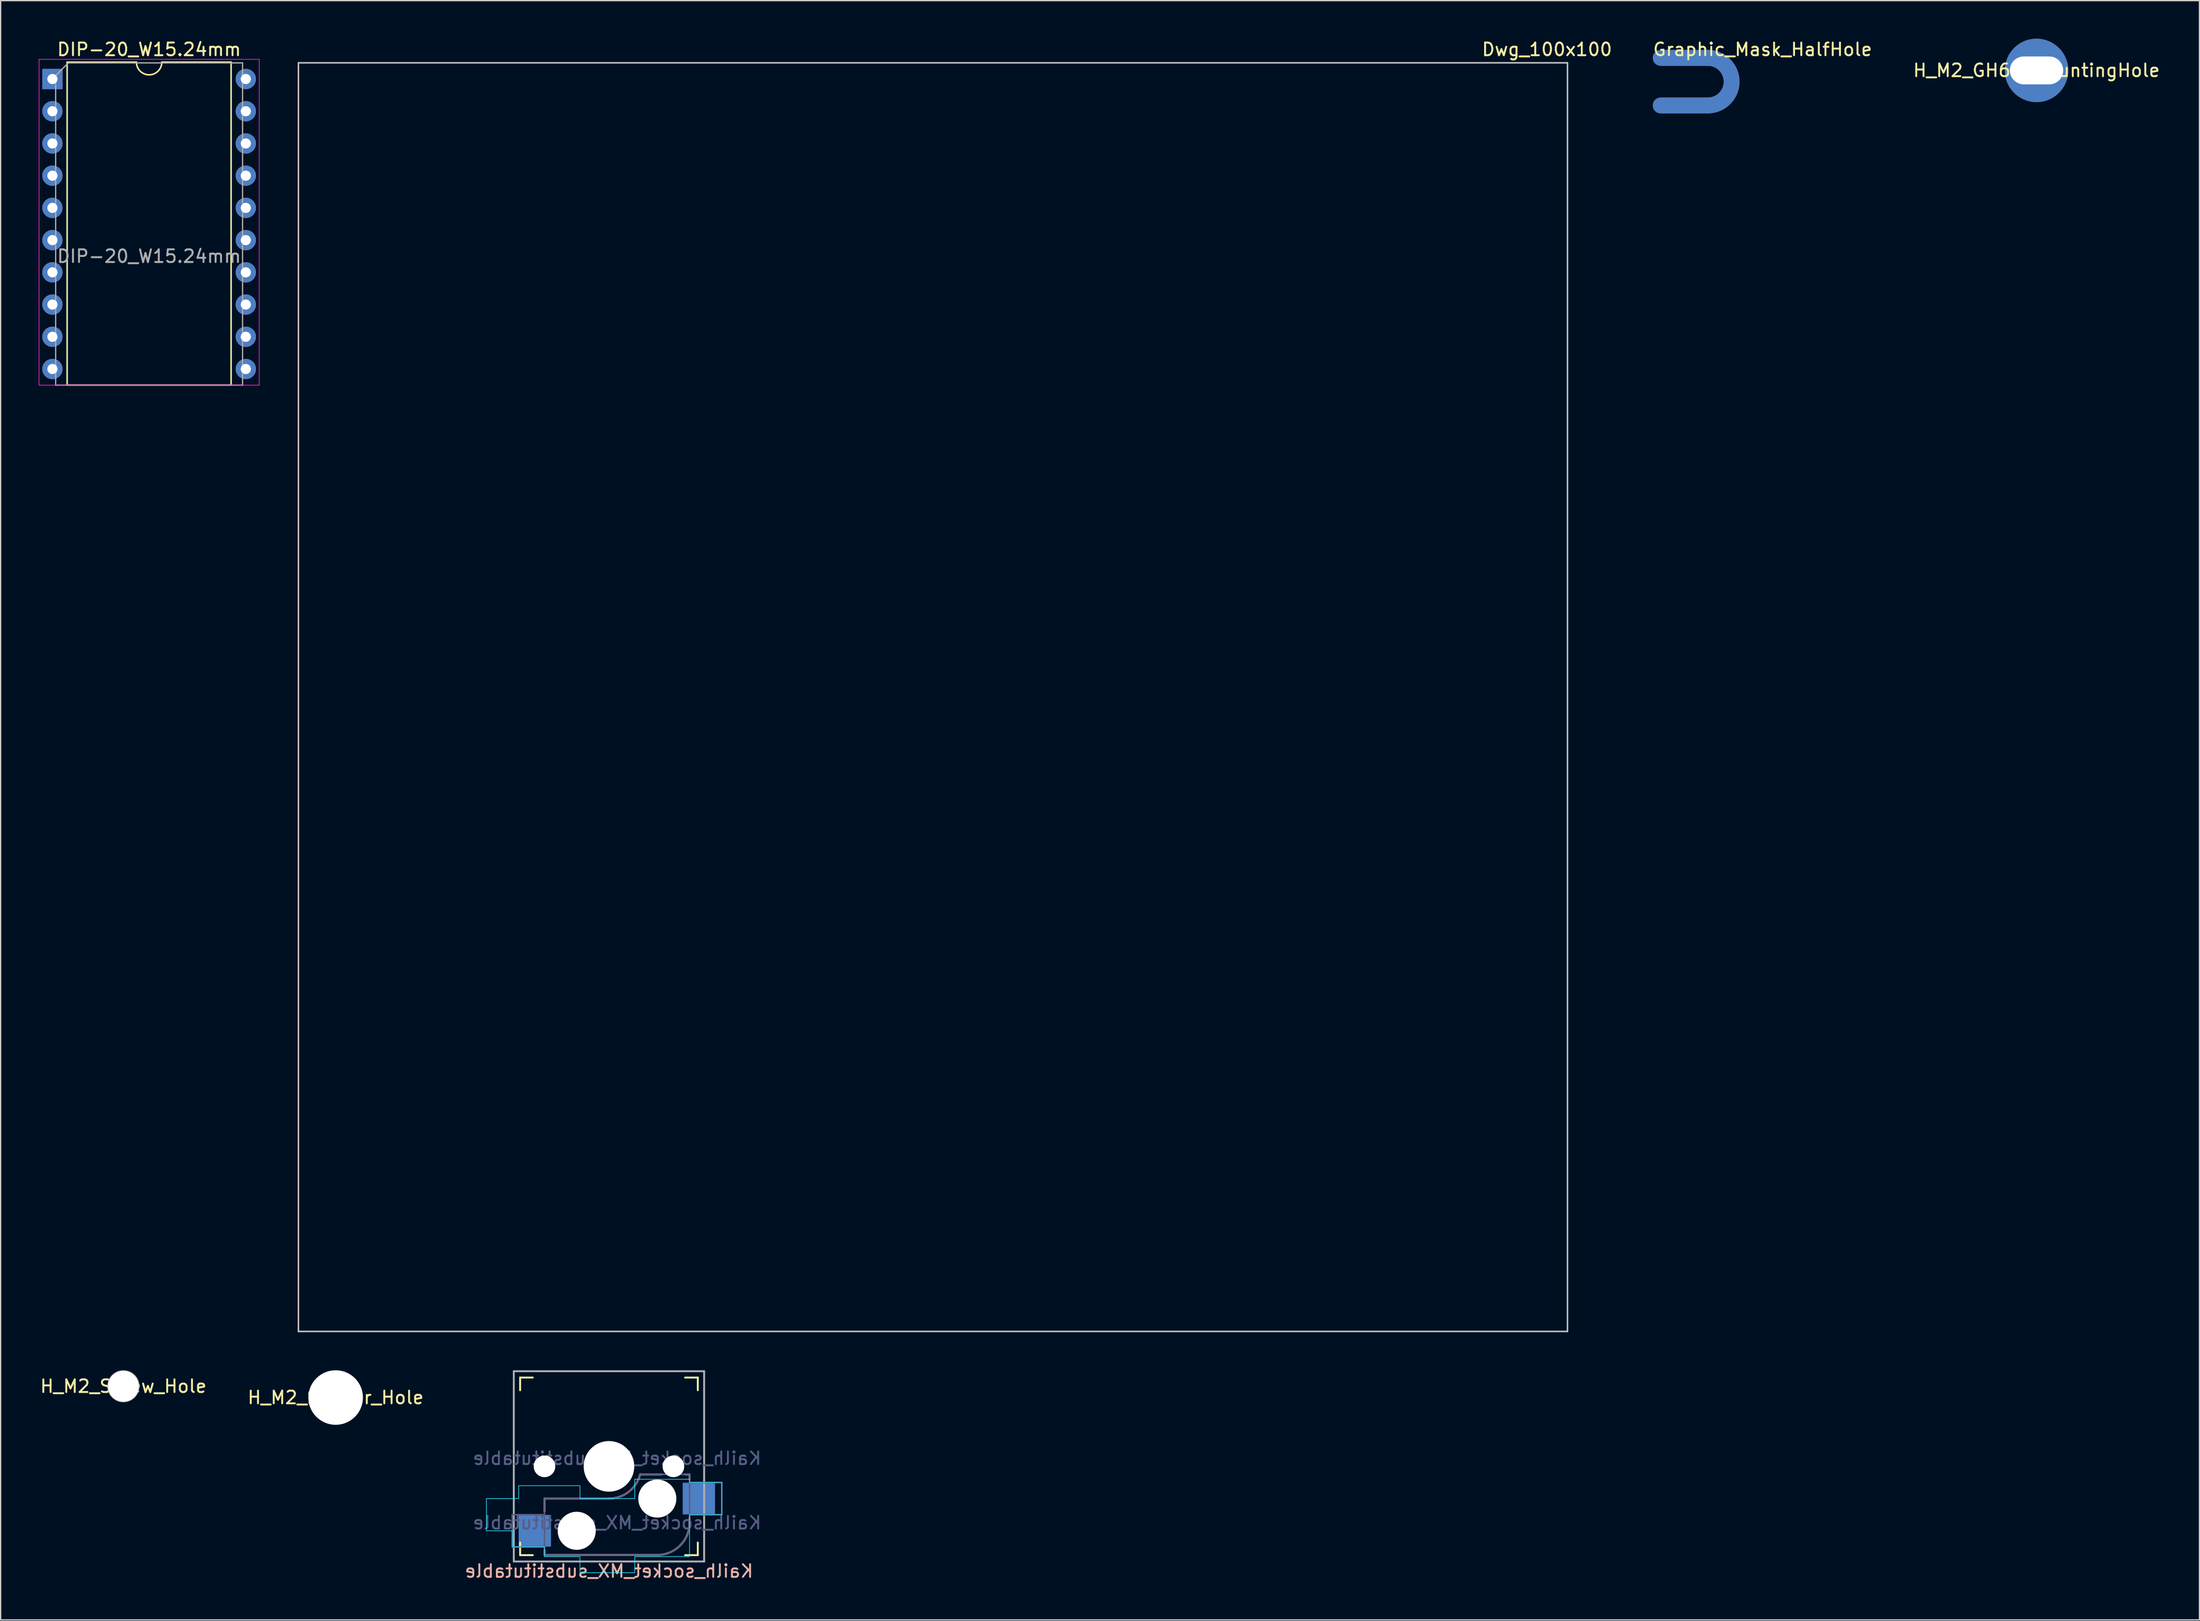
<source format=kicad_pcb>
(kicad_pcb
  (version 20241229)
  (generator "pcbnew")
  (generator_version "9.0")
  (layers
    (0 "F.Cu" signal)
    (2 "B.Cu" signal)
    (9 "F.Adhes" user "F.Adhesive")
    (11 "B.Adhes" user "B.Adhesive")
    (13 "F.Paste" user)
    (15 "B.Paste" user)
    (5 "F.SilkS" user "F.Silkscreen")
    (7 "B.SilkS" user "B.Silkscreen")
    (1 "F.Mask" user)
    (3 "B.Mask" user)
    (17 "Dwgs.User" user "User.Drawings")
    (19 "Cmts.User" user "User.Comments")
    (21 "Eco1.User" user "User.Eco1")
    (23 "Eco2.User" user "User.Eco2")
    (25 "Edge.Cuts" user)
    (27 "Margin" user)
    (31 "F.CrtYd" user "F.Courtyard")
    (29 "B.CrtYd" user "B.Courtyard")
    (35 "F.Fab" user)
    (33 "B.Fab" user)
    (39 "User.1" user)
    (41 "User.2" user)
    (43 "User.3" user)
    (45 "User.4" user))
  (footprint "H_M2_Spacer_Hole"
    (layer "F.Cu")
    (at 23.399 107.112)
    (property "Reference" "H_M2_Spacer_Hole" (at 0 0 0) (layer "F.SilkS") (effects (font (size 1 1) (thickness 0.15))))
    (attr through_hole)
    (pad "" np_thru_hole circle (at 0 0) (size 4.3 4.3) (drill 4.3) (layers "*.Cu" "*.Mask")))
  (footprint "H_M2_Screw_Hole"
    (layer "F.Cu")
    (at 6.673 106.222)
    (property "Reference" "H_M2_Screw_Hole" (at 0 0 0) (layer "F.SilkS") (effects (font (size 1 1) (thickness 0.15))))
    (attr through_hole)
    (fp_circle (center 0 0) (end 1.2 0) (stroke (width 0.12) (type solid)) (fill no) (layer "Dwgs.User"))
    (pad "" np_thru_hole circle (at 0 0) (size 2.4 2.4) (drill 2.4) (layers "*.Cu" "*.Mask")))
  (footprint "Dwg_100x100"
    (layer "F.Cu")
    (at 70.465 51.902)
    (property "Reference" "Dwg_100x100" (at 48.387 -51.054 0) (layer "F.SilkS") (effects (font (size 1 1) (thickness 0.15))))
    (attr through_hole)
    (fp_line (start -50 -50) (end -50 50) (stroke (width 0.12) (type solid)) (layer "Dwgs.User"))
    (fp_line (start -50 -50) (end 50 -50) (stroke (width 0.12) (type solid)) (layer "Dwgs.User"))
    (fp_line (start -50 50) (end 50 50) (stroke (width 0.12) (type solid)) (layer "Dwgs.User"))
    (fp_line (start 50 -50) (end 50 50) (stroke (width 0.12) (type solid)) (layer "Dwgs.User")))
  (footprint "H_M2_GH60_MountingHole"
    (layer "F.Cu")
    (at 157.423 2.5)
    (property "Reference" "H_M2_GH60_MountingHole" (at 0 0 0) (layer "F.SilkS") (effects (font (size 1 1) (thickness 0.15))))
    (attr through_hole)
    (pad "" np_thru_hole circle (at 0 0) (size 5 5) (drill oval 4.2 2.2) (layers "*.Cu" "*.Mask")))
  (footprint "Kailh_socket_MX_substitutable"
    (layer "F.Cu")
    (at 44.935 112.537)
    (property "Reference" "Kailh_socket_MX_substitutable" (at 0 8.255 180) (layer "B.SilkS") (effects (font (size 1 1) (thickness 0.15)) (justify mirror)))
    (property "Value" "Kailh_socket_MX_substitutable" (at 0 -8.255 180) (layer "F.Fab") (hide yes) (effects (font (size 1 1) (thickness 0.15))))
    (attr smd)
    (fp_line (start -7 -6) (end -7 -7) (stroke (width 0.15) (type solid)) (layer "F.SilkS"))
    (fp_line (start -7 7) (end -7 6) (stroke (width 0.15) (type solid)) (layer "F.SilkS"))
    (fp_line (start -7 7) (end -6 7) (stroke (width 0.15) (type solid)) (layer "F.SilkS"))
    (fp_line (start -6 -7) (end -7 -7) (stroke (width 0.15) (type solid)) (layer "F.SilkS"))
    (fp_line (start 6 7) (end 7 7) (stroke (width 0.15) (type solid)) (layer "F.SilkS"))
    (fp_line (start 7 -7) (end 6 -7) (stroke (width 0.15) (type solid)) (layer "F.SilkS"))
    (fp_line (start 7 -7) (end 7 -6) (stroke (width 0.15) (type solid)) (layer "F.SilkS"))
    (fp_line (start 7 6) (end 7 7) (stroke (width 0.15) (type solid)) (layer "F.SilkS"))
    (fp_line (start -5.08 2.54) (end 0 2.54) (stroke (width 0.15) (type solid)) (layer "B.SilkS"))
    (fp_line (start -5.08 3.556) (end -5.08 2.54) (stroke (width 0.15) (type solid)) (layer "B.SilkS"))
    (fp_line (start -5.08 6.985) (end -5.08 6.604) (stroke (width 0.15) (type solid)) (layer "B.SilkS"))
    (fp_line (start 2.464 0.635) (end 4.191 0.635) (stroke (width 0.15) (type solid)) (layer "B.SilkS"))
    (fp_line (start 3.81 6.985) (end -5.08 6.985) (stroke (width 0.15) (type solid)) (layer "B.SilkS"))
    (fp_line (start 5.969 0.635) (end 6.35 0.635) (stroke (width 0.15) (type solid)) (layer "B.SilkS"))
    (fp_line (start 6.35 1.016) (end 6.35 0.635) (stroke (width 0.15) (type solid)) (layer "B.SilkS"))
    (fp_line (start 6.35 4.445) (end 6.35 4.064) (stroke (width 0.15) (type solid)) (layer "B.SilkS"))
    (fp_arc (start 2.464162 0.61604) (mid 1.563147 2.002042) (end 0 2.54) (stroke (width 0.15) (type solid)) (layer "B.SilkS"))
    (fp_arc (start 6.35 4.445) (mid 5.606051 6.241051) (end 3.81 6.985) (stroke (width 0.15) (type solid)) (layer "B.SilkS"))
    (fp_rect (start -7.62 3.81) (end -5.08 6.35) (stroke (width 0.1) (type default)) (fill no) (layer "Eco1.User"))
    (fp_rect (start -5.08 2.54) (end 6.35 6.985) (stroke (width 0.1) (type default)) (fill no) (layer "Eco1.User"))
    (fp_rect (start 0.635 0.635) (end 6.35 2.54) (stroke (width 0.1) (type default)) (fill no) (layer "Eco1.User"))
    (fp_rect (start 8.89 1.27) (end 6.35 3.81) (stroke (width 0.1) (type default)) (fill no) (layer "Eco1.User"))
    (fp_line (start -6.9 6.9) (end -6.9 -6.9) (stroke (width 0.15) (type solid)) (layer "Eco2.User"))
    (fp_line (start -6.9 6.9) (end 6.9 6.9) (stroke (width 0.15) (type solid)) (layer "Eco2.User"))
    (fp_line (start 6.9 -6.9) (end -6.9 -6.9) (stroke (width 0.15) (type solid)) (layer "Eco2.User"))
    (fp_line (start 6.9 -6.9) (end 6.9 6.9) (stroke (width 0.15) (type solid)) (layer "Eco2.User"))
    (fp_poly (pts (xy -2.286 1.524) (xy -7.112 1.524) (xy -7.112 2.54) (xy -9.652 2.54) (xy -9.652 5.08) (xy -7.62 5.08) (xy -7.62 6.35) (xy -5.08 6.35) (xy -5.08 7.112) (xy -2.286 7.112) (xy -2.286 8.382) (xy 2.032 8.382) (xy 2.032 7.112) (xy 6.35 7.112) (xy 6.35 3.81) (xy 8.89 3.81) (xy 8.89 1.27) (xy 6.35 1.27) (xy 6.35 1.016) (xy 2.032 1.016) (xy 2.032 2.54) (xy -2.286 2.54)) (stroke (width 0.05) (type solid)) (fill no) (layer "B.CrtYd"))
    (fp_line (start -7.62 3.81) (end -5.08 3.81) (stroke (width 0.12) (type solid)) (layer "B.Fab"))
    (fp_line (start -7.62 6.35) (end -7.62 3.81) (stroke (width 0.12) (type solid)) (layer "B.Fab"))
    (fp_line (start -5.08 2.54) (end 0 2.54) (stroke (width 0.12) (type solid)) (layer "B.Fab"))
    (fp_line (start -5.08 6.35) (end -7.62 6.35) (stroke (width 0.12) (type solid)) (layer "B.Fab"))
    (fp_line (start -5.08 6.985) (end -5.08 2.54) (stroke (width 0.12) (type solid)) (layer "B.Fab"))
    (fp_line (start 3.81 6.985) (end -5.08 6.985) (stroke (width 0.12) (type solid)) (layer "B.Fab"))
    (fp_line (start 6.35 0.635) (end 2.54 0.635) (stroke (width 0.12) (type solid)) (layer "B.Fab"))
    (fp_line (start 6.35 0.635) (end 6.35 4.445) (stroke (width 0.12) (type solid)) (layer "B.Fab"))
    (fp_line (start 6.35 1.27) (end 8.89 1.27) (stroke (width 0.12) (type solid)) (layer "B.Fab"))
    (fp_line (start 8.89 1.27) (end 8.89 3.81) (stroke (width 0.12) (type solid)) (layer "B.Fab"))
    (fp_line (start 8.89 3.81) (end 6.35 3.81) (stroke (width 0.12) (type solid)) (layer "B.Fab"))
    (fp_arc (start 2.464162 0.61604) (mid 1.563147 2.002042) (end 0 2.54) (stroke (width 0.12) (type solid)) (layer "B.Fab"))
    (fp_arc (start 6.35 4.445) (mid 5.606051 6.241051) (end 3.81 6.985) (stroke (width 0.12) (type solid)) (layer "B.Fab"))
    (fp_line (start -7.5 -7.5) (end 7.5 -7.5) (stroke (width 0.15) (type solid)) (layer "F.Fab"))
    (fp_line (start -7.5 7.5) (end -7.5 -7.5) (stroke (width 0.15) (type solid)) (layer "F.Fab"))
    (fp_line (start 7.5 -7.5) (end 7.5 7.5) (stroke (width 0.15) (type solid)) (layer "F.Fab"))
    (fp_line (start 7.5 7.5) (end -7.5 7.5) (stroke (width 0.15) (type solid)) (layer "F.Fab"))
    (fp_rect (start -9.652 2.54) (end -6.858 5.08) (stroke (width 0.1) (type default)) (fill no) (layer "User.1"))
    (fp_rect (start -7.112 1.524) (end -2.286 6.35) (stroke (width 0.1) (type default)) (fill no) (layer "User.1"))
    (fp_rect (start -2.286 3.556) (end 2.032 8.382) (stroke (width 0.1) (type default)) (fill no) (layer "User.1"))
    (fp_rect (start 2.032 4.572) (end 4.572 7.112) (stroke (width 0.1) (type default)) (fill no) (layer "User.1"))
    (fp_line (start -2.6 -6.3) (end -2.6 -3.1) (stroke (width 0.1) (type default)) (layer "User.4"))
    (fp_line (start -2.6 -6.3) (end 2.6 -6.3) (stroke (width 0.1) (type default)) (layer "User.4"))
    (fp_line (start -2.6 -3.1) (end 2.6 -3.1) (stroke (width 0.1) (type default)) (layer "User.4"))
    (fp_line (start 2.6 -6.3) (end 2.6 -3.1) (stroke (width 0.1) (type default)) (layer "User.4"))
    (fp_text user "${VALUE}" (at 0.635 -0.635 180) (layer "B.Fab") (effects (font (size 1 1) (thickness 0.15)) (justify mirror)))
    (fp_text user "${REFERENCE}" (at 0.635 4.445 180) (layer "B.Fab") (effects (font (size 1 1) (thickness 0.15)) (justify mirror)))
    (pad "" np_thru_hole circle (at -5.08 0 180) (size 1.702 1.702) (drill 1.702) (layers "*.Cu" "*.Mask"))
    (pad "" np_thru_hole circle (at -2.54 5.08 180) (size 3 3) (drill 3) (layers "*.Cu" "*.Mask"))
    (pad "" np_thru_hole circle (at 0 0 180) (size 3.988 3.988) (drill 3.988) (layers "*.Cu" "*.Mask"))
    (pad "" np_thru_hole circle (at 3.81 2.54 180) (size 3 3) (drill 3) (layers "*.Cu" "*.Mask"))
    (pad "" np_thru_hole circle (at 5.08 0 180) (size 1.702 1.702) (drill 1.702) (layers "*.Cu" "*.Mask"))
    (pad "1" smd rect (at 7.085 2.54 180) (size 2.55 2.5) (layers "B.Cu" "B.Mask" "B.Paste"))
    (pad "2" smd rect (at -5.842 5.08 180) (size 2.55 2.5) (layers "B.Cu" "B.Mask" "B.Paste")))
  (footprint "DIP-20_W15.24mm"
    (layer "F.Cu")
    (at 1.08 3.178)
    (property "Reference" "DIP-20_W15.24mm" (at 7.62 -2.33 0) (layer "F.SilkS") (effects (font (size 1 1) (thickness 0.15))))
    (attr through_hole)
    (fp_line (start 1.16 -1.33) (end 1.16 24.13) (stroke (width 0.12) (type solid)) (layer "F.SilkS"))
    (fp_line (start 1.16 24.13) (end 14.08 24.13) (stroke (width 0.12) (type solid)) (layer "F.SilkS"))
    (fp_line (start 6.62 -1.33) (end 1.16 -1.33) (stroke (width 0.12) (type solid)) (layer "F.SilkS"))
    (fp_line (start 14.08 -1.33) (end 8.62 -1.33) (stroke (width 0.12) (type solid)) (layer "F.SilkS"))
    (fp_line (start 14.08 24.13) (end 14.08 -1.33) (stroke (width 0.12) (type solid)) (layer "F.SilkS"))
    (fp_arc (start 8.62 -1.33) (mid 7.62 -0.33) (end 6.62 -1.33) (stroke (width 0.12) (type solid)) (layer "F.SilkS"))
    (fp_line (start -1.055 24.13) (end 16.295 24.13) (stroke (width 0.05) (type solid)) (layer "F.CrtYd"))
    (fp_line (start -1.05 -1.55) (end -1.055 24.13) (stroke (width 0.05) (type solid)) (layer "F.CrtYd"))
    (fp_line (start 16.295 24.13) (end 16.3 -1.55) (stroke (width 0.05) (type solid)) (layer "F.CrtYd"))
    (fp_line (start 16.3 -1.55) (end -1.05 -1.55) (stroke (width 0.05) (type solid)) (layer "F.CrtYd"))
    (fp_line (start 0.255 -0.27) (end 1.255 -1.27) (stroke (width 0.1) (type solid)) (layer "F.Fab"))
    (fp_line (start 0.255 24.13) (end 0.255 -0.27) (stroke (width 0.1) (type solid)) (layer "F.Fab"))
    (fp_line (start 1.255 -1.27) (end 14.985 -1.27) (stroke (width 0.1) (type solid)) (layer "F.Fab"))
    (fp_line (start 14.985 -1.27) (end 14.985 24.13) (stroke (width 0.1) (type solid)) (layer "F.Fab"))
    (fp_line (start 14.985 24.13) (end 0.255 24.13) (stroke (width 0.1) (type solid)) (layer "F.Fab"))
    (fp_text user "${REFERENCE}" (at 7.62 13.97 0) (layer "F.Fab") (effects (font (size 1 1) (thickness 0.15))))
    (pad "1" thru_hole rect (at 0 0) (size 1.6 1.6) (drill 0.8) (layers "*.Cu" "*.Mask"))
    (pad "2" thru_hole oval (at 0 2.54) (size 1.6 1.6) (drill 0.8) (layers "*.Cu" "*.Mask"))
    (pad "3" thru_hole oval (at 0 5.08) (size 1.6 1.6) (drill 0.8) (layers "*.Cu" "*.Mask"))
    (pad "4" thru_hole oval (at 0 7.62) (size 1.6 1.6) (drill 0.8) (layers "*.Cu" "*.Mask"))
    (pad "5" thru_hole oval (at 0 10.16) (size 1.6 1.6) (drill 0.8) (layers "*.Cu" "*.Mask"))
    (pad "6" thru_hole oval (at 0 12.7) (size 1.6 1.6) (drill 0.8) (layers "*.Cu" "*.Mask"))
    (pad "7" thru_hole oval (at 0 15.24) (size 1.6 1.6) (drill 0.8) (layers "*.Cu" "*.Mask"))
    (pad "8" thru_hole oval (at 0 17.78) (size 1.6 1.6) (drill 0.8) (layers "*.Cu" "*.Mask"))
    (pad "9" thru_hole oval (at 0 20.32) (size 1.6 1.6) (drill 0.8) (layers "*.Cu" "*.Mask"))
    (pad "10" thru_hole oval (at 0 22.86) (size 1.6 1.6) (drill 0.8) (layers "*.Cu" "*.Mask"))
    (pad "11" thru_hole oval (at 15.24 22.86) (size 1.6 1.6) (drill 0.8) (layers "*.Cu" "*.Mask"))
    (pad "12" thru_hole oval (at 15.24 20.32) (size 1.6 1.6) (drill 0.8) (layers "*.Cu" "*.Mask"))
    (pad "13" thru_hole oval (at 15.24 17.78) (size 1.6 1.6) (drill 0.8) (layers "*.Cu" "*.Mask"))
    (pad "14" thru_hole oval (at 15.24 15.24) (size 1.6 1.6) (drill 0.8) (layers "*.Cu" "*.Mask"))
    (pad "15" thru_hole oval (at 15.24 12.7) (size 1.6 1.6) (drill 0.8) (layers "*.Cu" "*.Mask"))
    (pad "16" thru_hole oval (at 15.24 10.16) (size 1.6 1.6) (drill 0.8) (layers "*.Cu" "*.Mask"))
    (pad "17" thru_hole oval (at 15.24 7.62) (size 1.6 1.6) (drill 0.8) (layers "*.Cu" "*.Mask"))
    (pad "18" thru_hole oval (at 15.24 5.08) (size 1.6 1.6) (drill 0.8) (layers "*.Cu" "*.Mask"))
    (pad "19" thru_hole oval (at 15.24 2.54) (size 1.6 1.6) (drill 0.8) (layers "*.Cu" "*.Mask"))
    (pad "20" thru_hole oval (at 15.24 0) (size 1.6 1.6) (drill 0.8) (layers "*.Cu" "*.Mask")))
  (footprint "Graphic_Mask_HalfHole"
    (layer "F.Cu")
    (at 131.522 3.388)
    (property "Reference" "Graphic_Mask_HalfHole" (at 4.318 -2.54 0) (layer "F.SilkS") (effects (font (size 1 1) (thickness 0.15))))
    (attr through_hole)
    (fp_line (start -3.709 1.875) (end 0 1.875) (stroke (width 1.25) (type solid)) (layer "F.Cu"))
    (fp_line (start 0 -1.875) (end -3.709 -1.875) (stroke (width 1.25) (type solid)) (layer "F.Cu"))
    (fp_arc (start 0 -1.875) (mid 1.875 0) (end 0 1.875) (stroke (width 1.25) (type solid)) (layer "F.Cu"))
    (fp_line (start -3.709 1.875) (end 0 1.875) (stroke (width 1.25) (type solid)) (layer "F.Mask"))
    (fp_line (start 0 -1.875) (end -3.709 -1.875) (stroke (width 1.25) (type solid)) (layer "F.Mask"))
    (fp_arc (start 0 -1.875) (mid 1.875 0) (end 0 1.875) (stroke (width 1.25) (type solid)) (layer "F.Mask"))
    (fp_line (start -3.709 1.875) (end 0 1.875) (stroke (width 1.25) (type solid)) (layer "B.Cu"))
    (fp_line (start 0 -1.875) (end -3.709 -1.875) (stroke (width 1.25) (type solid)) (layer "B.Cu"))
    (fp_arc (start 0 -1.875) (mid 1.875 0) (end 0 1.875) (stroke (width 1.25) (type solid)) (layer "B.Cu"))
    (fp_line (start -3.709 1.875) (end 0 1.875) (stroke (width 1.25) (type solid)) (layer "B.Mask"))
    (fp_line (start 0 -1.875) (end -3.709 -1.875) (stroke (width 1.25) (type solid)) (layer "B.Mask"))
    (fp_arc (start 0 -1.875) (mid 1.875 0) (end 0 1.875) (stroke (width 1.25) (type solid)) (layer "B.Mask")))
  (gr_rect
    (start -3 -3)
    (end 170.263 124.641)
    (stroke (width 0.1) (type default))
    (fill no)
    (layer "Edge.Cuts")))
</source>
